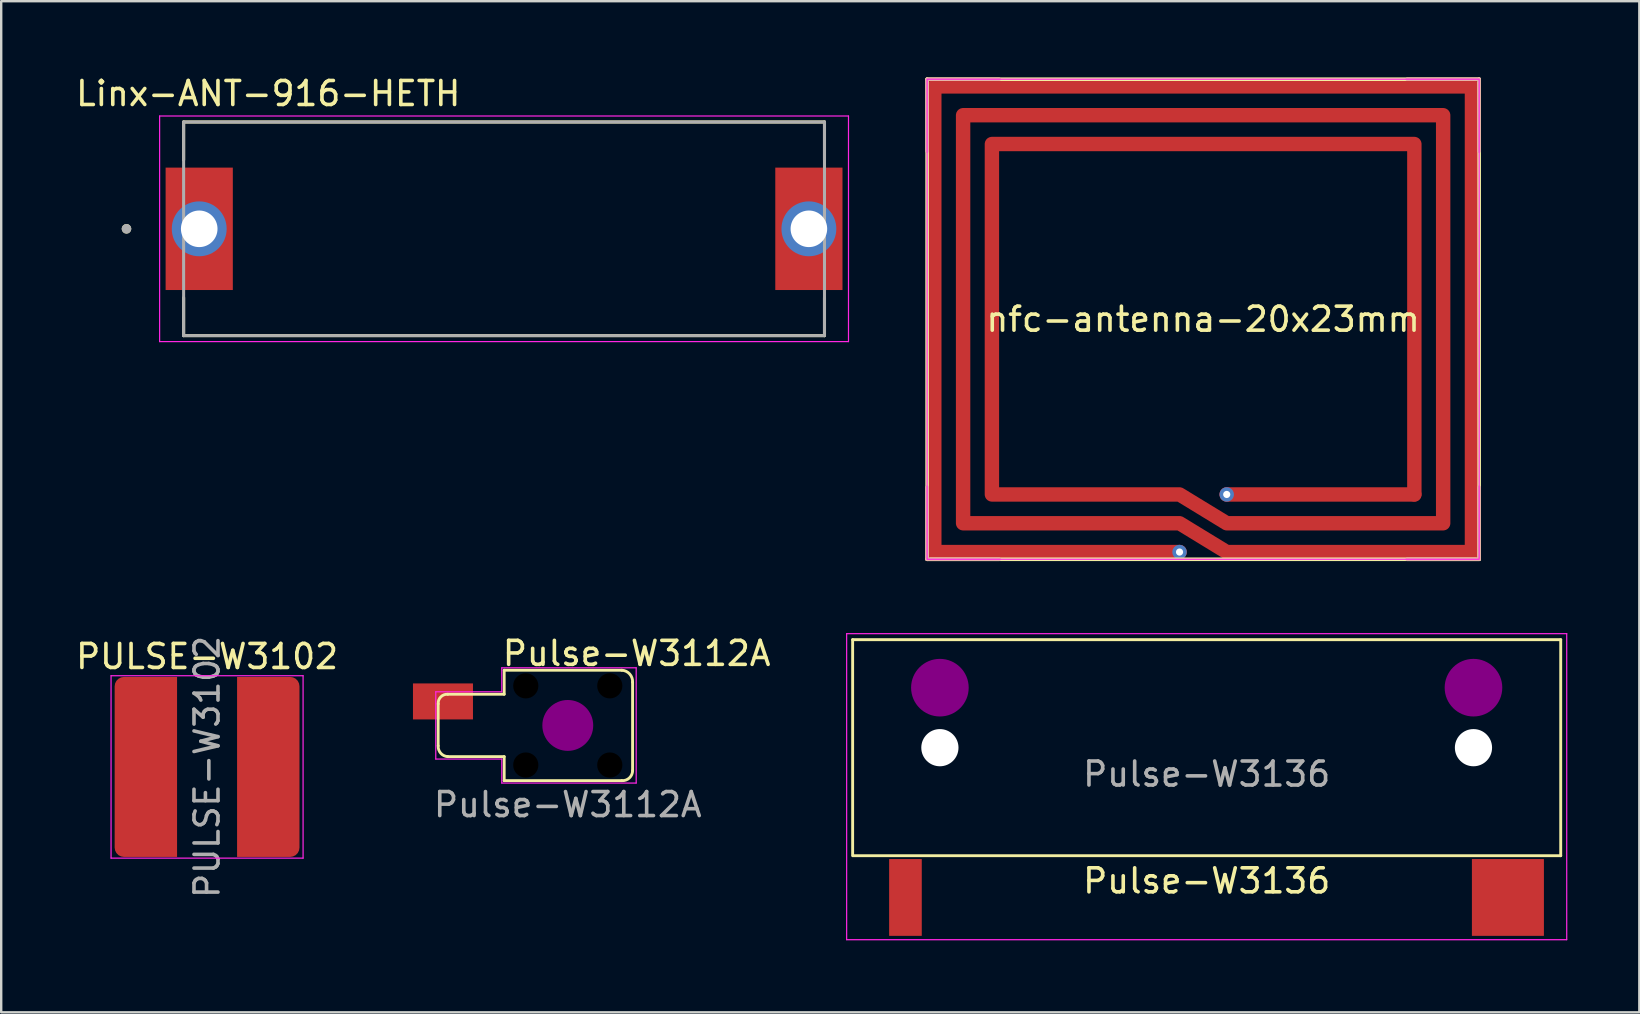
<source format=kicad_pcb>
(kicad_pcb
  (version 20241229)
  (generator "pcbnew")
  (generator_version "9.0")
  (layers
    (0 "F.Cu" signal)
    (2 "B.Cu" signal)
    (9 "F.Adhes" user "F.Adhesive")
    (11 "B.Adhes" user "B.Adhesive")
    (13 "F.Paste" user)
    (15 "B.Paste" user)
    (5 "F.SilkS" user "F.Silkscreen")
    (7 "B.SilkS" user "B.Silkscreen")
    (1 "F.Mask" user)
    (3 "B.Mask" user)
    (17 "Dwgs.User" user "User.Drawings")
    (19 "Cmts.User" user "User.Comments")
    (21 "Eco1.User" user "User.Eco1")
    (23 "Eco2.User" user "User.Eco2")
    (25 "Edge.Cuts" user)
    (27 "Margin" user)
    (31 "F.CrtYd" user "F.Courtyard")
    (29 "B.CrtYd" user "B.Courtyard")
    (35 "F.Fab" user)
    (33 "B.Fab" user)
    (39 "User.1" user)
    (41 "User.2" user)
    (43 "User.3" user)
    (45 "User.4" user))
  (footprint "Linx-ANT-916-HETH"
    (layer "F.Cu")
    (at 17.95 6.483)
    (property "Reference" "Linx-ANT-916-HETH" (at -9.825 -5.635 0) (layer "F.SilkS") (effects (font (size 1 1) (thickness 0.15))))
    (attr through_hole)
    (fp_line (start -13.35 -4.45) (end -13.35 -2.87) (stroke (width 0.127) (type solid)) (layer "F.SilkS"))
    (fp_line (start -13.35 -4.45) (end 13.35 -4.45) (stroke (width 0.127) (type solid)) (layer "F.SilkS"))
    (fp_line (start -13.35 4.45) (end -13.35 2.87) (stroke (width 0.127) (type solid)) (layer "F.SilkS"))
    (fp_line (start 13.35 -4.45) (end 13.35 -2.87) (stroke (width 0.127) (type solid)) (layer "F.SilkS"))
    (fp_line (start 13.35 4.45) (end -13.35 4.45) (stroke (width 0.127) (type solid)) (layer "F.SilkS"))
    (fp_line (start 13.35 4.45) (end 13.35 2.87) (stroke (width 0.127) (type solid)) (layer "F.SilkS"))
    (fp_circle (center -15.73 0) (end -15.63 0) (stroke (width 0.2) (type solid)) (fill no) (layer "F.SilkS"))
    (fp_line (start -14.35 -4.7) (end 14.35 -4.7) (stroke (width 0.05) (type solid)) (layer "F.CrtYd"))
    (fp_line (start -14.35 4.7) (end -14.35 -4.7) (stroke (width 0.05) (type solid)) (layer "F.CrtYd"))
    (fp_line (start 14.35 -4.7) (end 14.35 4.7) (stroke (width 0.05) (type solid)) (layer "F.CrtYd"))
    (fp_line (start 14.35 4.7) (end -14.35 4.7) (stroke (width 0.05) (type solid)) (layer "F.CrtYd"))
    (fp_line (start -13.35 -4.45) (end 13.35 -4.45) (stroke (width 0.127) (type solid)) (layer "F.Fab"))
    (fp_line (start -13.35 4.45) (end -13.35 -4.45) (stroke (width 0.127) (type solid)) (layer "F.Fab"))
    (fp_line (start 13.35 -4.45) (end 13.35 4.45) (stroke (width 0.127) (type solid)) (layer "F.Fab"))
    (fp_line (start 13.35 4.45) (end -13.35 4.45) (stroke (width 0.127) (type solid)) (layer "F.Fab"))
    (fp_circle (center -15.73 0) (end -15.63 0) (stroke (width 0.2) (type solid)) (fill no) (layer "F.Fab"))
    (pad "1" thru_hole circle (at -12.7 0) (size 2.286 2.286) (drill 1.524) (layers "*.Cu" "*.Mask"))
    (pad "1" smd rect (at -12.7 0) (size 2.8 5.1) (layers "F.Cu" "F.Mask" "F.Paste"))
    (pad "2" thru_hole circle (at 12.7 0) (size 2.286 2.286) (drill 1.524) (layers "*.Cu" "*.Mask"))
    (pad "2" smd rect (at 12.7 0) (size 2.8 5.1) (layers "F.Cu" "F.Mask" "F.Paste"))
    (zone (net_name "") (layer "F.Cu") (hatch full 0.508) (connect_pads) (min_thickness 0.01) (filled_areas_thickness no) (keepout (tracks not_allowed) (vias not_allowed) (pads not_allowed) (copperpour not_allowed) (footprints allowed)) (placement (enabled no)) (fill) (polygon (pts (xy 4.6 3.933) (xy 4.6 2.038) (xy 31.3 2.038) (xy 31.3 3.933) (xy 29.25 3.933) (xy 29.25 9.033) (xy 31.3 9.033) (xy 31.3 10.928) (xy 4.6 10.928) (xy 4.6 9.033) (xy 6.65 9.033) (xy 6.65 3.933))))
    (zone (net_name "") (layers "F.Cu" "B.Cu") (hatch full 0.508) (connect_pads) (min_thickness 0.01) (filled_areas_thickness no) (keepout (tracks allowed) (vias not_allowed) (pads allowed) (copperpour allowed) (footprints allowed)) (placement (enabled no)) (fill) (polygon (pts (xy 4.6 3.933) (xy 4.6 2.038) (xy 31.3 2.038) (xy 31.3 3.933) (xy 29.25 3.933) (xy 29.25 9.033) (xy 31.3 9.033) (xy 31.3 10.928) (xy 4.6 10.928) (xy 4.6 9.033) (xy 6.65 9.033) (xy 6.65 3.933)))))
  (footprint "Pulse-W3136"
    (layer "F.Cu")
    (at 47.223 28.1)
    (property "Reference" "Pulse-W3136" (at 0 5.55 0) (unlocked yes) (layer "F.SilkS") (effects (font (size 1 1) (thickness 0.15))))
    (attr smd)
    (fp_line (start -14.75 -4.5) (end -14.75 4.5) (stroke (width 0.12) (type default)) (layer "F.SilkS"))
    (fp_line (start 14.75 -4.5) (end -14.75 -4.5) (stroke (width 0.12) (type default)) (layer "F.SilkS"))
    (fp_line (start 14.75 -4.5) (end 14.75 4.5) (stroke (width 0.12) (type default)) (layer "F.SilkS"))
    (fp_line (start 14.75 4.5) (end -14.73 4.5) (stroke (width 0.12) (type default)) (layer "F.SilkS"))
    (fp_circle (center -11.115 -2.5) (end -10.915 -2.5) (stroke (width 2) (type solid)) (fill yes) (layer "F.Adhes"))
    (fp_circle (center 11.115 -2.5) (end 11.315 -2.5) (stroke (width 2) (type solid)) (fill yes) (layer "F.Adhes"))
    (fp_line (start -15 -4.75) (end -15 8) (stroke (width 0.05) (type default)) (layer "F.CrtYd"))
    (fp_line (start -15 -4.75) (end 15 -4.75) (stroke (width 0.05) (type default)) (layer "F.CrtYd"))
    (fp_line (start -15 8) (end 15 8) (stroke (width 0.05) (type default)) (layer "F.CrtYd"))
    (fp_line (start 15 -4.75) (end 15 8) (stroke (width 0.05) (type default)) (layer "F.CrtYd"))
    (fp_text user "${REFERENCE}" (at 0 1.1 0) (unlocked yes) (layer "F.Fab") (effects (font (size 1 1) (thickness 0.15))))
    (pad "" np_thru_hole circle (at -11.115 0) (size 1.55 1.55) (drill 1.55) (layers "*.Cu" "*.Mask"))
    (pad "" np_thru_hole circle (at 11.115 0) (size 1.55 1.55) (drill 1.55) (layers "*.Cu" "*.Mask"))
    (pad "1" smd rect (at -12.55 6.24) (size 1.36 3.2) (layers "F.Cu" "F.Mask" "F.Paste"))
    (pad "2" smd rect (at 12.55 6.24) (size 3 3.2) (layers "F.Cu" "F.Mask" "F.Paste")))
  (footprint "Pulse-W3112A"
    (layer "F.Cu")
    (at 20.605 27.173)
    (property "Reference" "Pulse-W3112A" (at -2.8 -3 0) (unlocked yes) (layer "F.SilkS") (effects (font (size 1 1) (thickness 0.15)) (justify left)))
    (attr smd)
    (fp_line (start -5.4 -0.9) (end -5.4 0.85) (stroke (width 0.12) (type default)) (layer "F.SilkS"))
    (fp_line (start -2.65 -2.3) (end -2.65 -1.3) (stroke (width 0.12) (type default)) (layer "F.SilkS"))
    (fp_line (start -2.65 -2.3) (end 2.25 -2.3) (stroke (width 0.12) (type default)) (layer "F.SilkS"))
    (fp_line (start -2.65 -1.3) (end -5 -1.3) (stroke (width 0.12) (type default)) (layer "F.SilkS"))
    (fp_line (start -2.65 1.3) (end -5 1.3) (stroke (width 0.12) (type default)) (layer "F.SilkS"))
    (fp_line (start -2.65 2.3) (end -2.65 1.3) (stroke (width 0.12) (type default)) (layer "F.SilkS"))
    (fp_line (start -2.65 2.3) (end 2.25 2.3) (stroke (width 0.12) (type default)) (layer "F.SilkS"))
    (fp_line (start 2.7 -1.8) (end 2.7 1.88) (stroke (width 0.12) (type default)) (layer "F.SilkS"))
    (fp_arc (start -5.4 -0.9) (mid -5.289761 -1.189761) (end -5 -1.3) (stroke (width 0.12) (type default)) (layer "F.SilkS"))
    (fp_arc (start -5 1.3) (mid -5.293197 1.157843) (end -5.4 0.85) (stroke (width 0.12) (type default)) (layer "F.SilkS"))
    (fp_arc (start 2.25 -2.3) (mid 2.578713 -2.143342) (end 2.7 -1.8) (stroke (width 0.12) (type default)) (layer "F.SilkS"))
    (fp_arc (start 2.7 1.88) (mid 2.566522 2.18806) (end 2.25 2.3) (stroke (width 0.12) (type default)) (layer "F.SilkS"))
    (fp_circle (center 0 0) (end 1 0) (stroke (width 0.12) (type solid)) (fill yes) (layer "F.Adhes"))
    (fp_line (start -5.5 -1.4) (end -2.75 -1.4) (stroke (width 0.05) (type default)) (layer "F.CrtYd"))
    (fp_line (start -5.5 1.4) (end -5.5 -1.4) (stroke (width 0.05) (type default)) (layer "F.CrtYd"))
    (fp_line (start -2.75 -2.4) (end 2.85 -2.4) (stroke (width 0.05) (type default)) (layer "F.CrtYd"))
    (fp_line (start -2.75 -1.4) (end -2.75 -2.4) (stroke (width 0.05) (type default)) (layer "F.CrtYd"))
    (fp_line (start -2.75 1.4) (end -5.5 1.4) (stroke (width 0.05) (type default)) (layer "F.CrtYd"))
    (fp_line (start -2.75 2.4) (end -2.75 1.4) (stroke (width 0.05) (type default)) (layer "F.CrtYd"))
    (fp_line (start 2.85 -2.4) (end 2.85 2.4) (stroke (width 0.05) (type default)) (layer "F.CrtYd"))
    (fp_line (start 2.85 2.4) (end -2.75 2.4) (stroke (width 0.05) (type default)) (layer "F.CrtYd"))
    (fp_text user "${REFERENCE}" (at 0 3.3 0) (unlocked yes) (layer "F.Fab") (effects (font (size 1 1) (thickness 0.15))))
    (pad "" np_thru_hole circle (at -1.75 -1.65) (size 1.05 1.05) (drill 1.05) (layers "*.Mask"))
    (pad "" np_thru_hole circle (at -1.75 1.65) (size 1.05 1.05) (drill 1.05) (layers "*.Mask"))
    (pad "" np_thru_hole circle (at 1.75 -1.65) (size 1.05 1.05) (drill 1.05) (layers "*.Mask"))
    (pad "" np_thru_hole circle (at 1.75 1.65) (size 1.05 1.05) (drill 1.05) (layers "*.Mask"))
    (pad "1" smd rect (at -5.2 -1) (size 2.5 1.5) (layers "F.Cu" "F.Mask" "F.Paste")))
  (footprint "PULSE-W3102"
    (layer "F.Cu")
    (at 5.577 28.902)
    (property "Reference" "PULSE-W3102" (at 0 -4.6 0) (unlocked yes) (layer "F.SilkS") (effects (font (size 1 1) (thickness 0.15))))
    (attr smd)
    (fp_line (start -4 -3.8) (end 4 -3.8) (stroke (width 0.05) (type default)) (layer "F.CrtYd"))
    (fp_line (start -4 3.8) (end -4 -3.8) (stroke (width 0.05) (type default)) (layer "F.CrtYd"))
    (fp_line (start 4 3.8) (end -4 3.8) (stroke (width 0.05) (type default)) (layer "F.CrtYd"))
    (fp_line (start 4 3.8) (end 4 -3.8) (stroke (width 0.05) (type default)) (layer "F.CrtYd"))
    (fp_text user "${REFERENCE}" (at 0 0 90) (unlocked yes) (layer "F.Fab") (effects (font (size 1 1) (thickness 0.15))))
    (pad "1" smd roundrect (at -2.55 0) (size 2.6 7.5) (layers "F.Cu" "F.Mask" "F.Paste") (roundrect_rratio 0.15) (chamfer_ratio 0) (chamfer top_right bottom_right))
    (pad "2" smd roundrect (at 2.55 0 180) (size 2.6 7.5) (layers "F.Cu" "F.Mask" "F.Paste") (roundrect_rratio 0.15) (chamfer_ratio 0) (chamfer top_right bottom_right)))
  (footprint "nfc-antenna-20x23mm"
    (layer "F.Cu")
    (at 35.575 0.25)
    (property "Reference" "nfc-antenna-20x23mm" (at 11.5 10 0) (layer "F.SilkS") (effects (font (size 1 1) (thickness 0.15))))
    (attr through_hole)
    (fp_line (start 0 0) (end 23 0) (stroke (width 0.15) (type solid)) (layer "F.SilkS"))
    (fp_line (start 0 20) (end 0 0) (stroke (width 0.15) (type solid)) (layer "F.SilkS"))
    (fp_line (start 23 0) (end 23 20) (stroke (width 0.15) (type solid)) (layer "F.SilkS"))
    (fp_line (start 23 20) (end 0 20) (stroke (width 0.15) (type solid)) (layer "F.SilkS"))
    (fp_line (start 0 0) (end 0 3) (stroke (width 0.15) (type solid)) (layer "B.SilkS"))
    (fp_line (start 0 0) (end 3 0) (stroke (width 0.15) (type solid)) (layer "B.SilkS"))
    (fp_line (start 0 20) (end 0 17) (stroke (width 0.15) (type solid)) (layer "B.SilkS"))
    (fp_line (start 0 20) (end 3 20) (stroke (width 0.15) (type solid)) (layer "B.SilkS"))
    (fp_line (start 23 0) (end 20 0) (stroke (width 0.15) (type solid)) (layer "B.SilkS"))
    (fp_line (start 23 0) (end 23 3) (stroke (width 0.15) (type solid)) (layer "B.SilkS"))
    (fp_line (start 23 20) (end 20 20) (stroke (width 0.15) (type solid)) (layer "B.SilkS"))
    (fp_line (start 23 20) (end 23 17) (stroke (width 0.15) (type solid)) (layer "B.SilkS"))
    (fp_rect (start 23 20) (end 0 0) (stroke (width 0.05) (type default)) (fill no) (layer "F.CrtYd"))
    (pad "1" thru_hole circle (at 10.517 19.7) (size 0.6 0.6) (drill 0.3) (layers "*.Cu" "*.Mask"))
    (pad "1" smd custom (at 10.517 19.7) (size 0.6 0.6) (layers "F.Cu") (options (anchor circle)) (primitives (gr_line (start 0 0) (end -10.217 0) (width 0.6)) (gr_line (start -10.217 0) (end -10.217 -19.4) (width 0.6)) (gr_line (start -10.217 -19.4) (end 12.183 -19.4) (width 0.6)) (gr_line (start 12.183 -19.4) (end 12.183 0) (width 0.6)) (gr_line (start 12.183 0) (end 1.966 0) (width 0.6)) (gr_line (start 1.966 0) (end 0 -1.2) (width 0.6)) (gr_line (start 0 -1.2) (end -9.017 -1.2) (width 0.6)) (gr_line (start -9.017 -1.2) (end -9.017 -18.2) (width 0.6)) (gr_line (start -9.017 -18.2) (end 10.983 -18.2) (width 0.6)) (gr_line (start 10.983 -18.2) (end 10.983 -1.2) (width 0.6)) (gr_line (start 10.983 -1.2) (end 1.966 -1.2) (width 0.6)) (gr_line (start 1.966 -1.2) (end 0 -2.4) (width 0.6)) (gr_line (start 0 -2.4) (end -7.817 -2.4) (width 0.6)) (gr_line (start -7.817 -2.4) (end -7.817 -17) (width 0.6)) (gr_line (start -7.817 -17) (end 9.783 -17) (width 0.6)) (gr_line (start 9.783 -17) (end 9.783 -2.4) (width 0.6))))
    (pad "2" thru_hole circle (at 12.483 17.3) (size 0.6 0.6) (drill 0.3) (layers "*.Cu" "*.Mask"))
    (pad "2" smd custom (at 12.483 17.3) (size 0.6 0.6) (layers "F.Cu") (options (anchor circle)) (primitives (gr_line (start 0 0) (end 7.817 0) (width 0.6))))
    (zone (net_name "") (layers "F.Cu" "B.Cu" "F.Adhes" "F.CrtYd") (name "filln't") (hatch edge 0.508) (connect_pads) (min_thickness 0.254) (filled_areas_thickness no) (keepout (tracks allowed) (vias allowed) (pads allowed) (copperpour not_allowed) (footprints allowed)) (placement (enabled no)) (fill (island_removal_mode 2) (island_area_min 10)) (polygon (pts (xy 58.575 20.25) (xy 35.575 20.25) (xy 35.575 0.25) (xy 58.575 0.25)))))
  (gr_rect
    (start -3 -3)
    (end 65.248 39.125)
    (stroke (width 0.1) (type default))
    (fill no)
    (layer "Edge.Cuts")))
</source>
